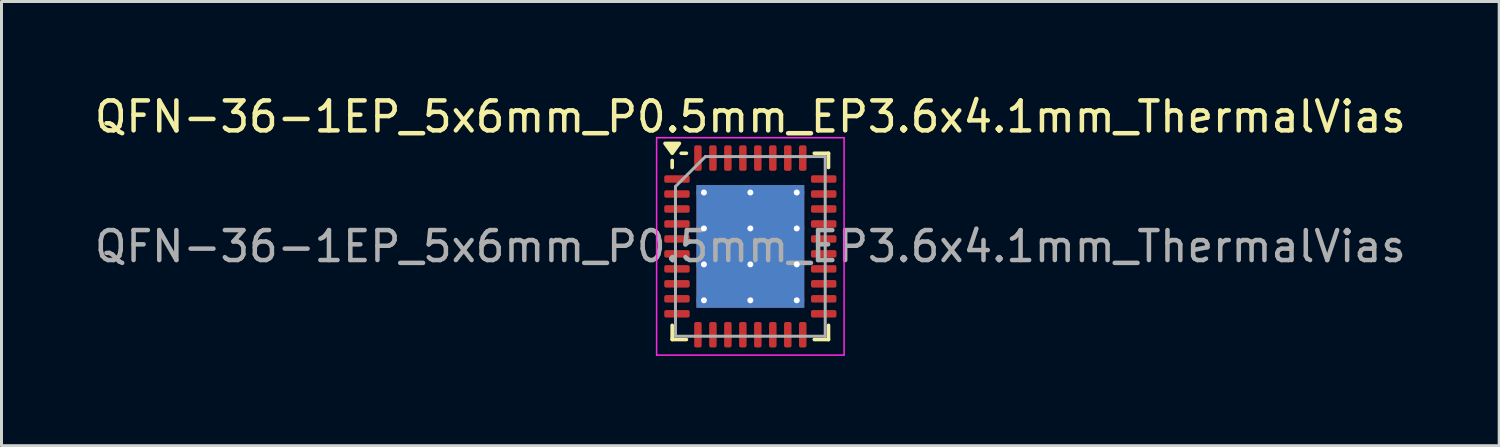
<source format=kicad_pcb>
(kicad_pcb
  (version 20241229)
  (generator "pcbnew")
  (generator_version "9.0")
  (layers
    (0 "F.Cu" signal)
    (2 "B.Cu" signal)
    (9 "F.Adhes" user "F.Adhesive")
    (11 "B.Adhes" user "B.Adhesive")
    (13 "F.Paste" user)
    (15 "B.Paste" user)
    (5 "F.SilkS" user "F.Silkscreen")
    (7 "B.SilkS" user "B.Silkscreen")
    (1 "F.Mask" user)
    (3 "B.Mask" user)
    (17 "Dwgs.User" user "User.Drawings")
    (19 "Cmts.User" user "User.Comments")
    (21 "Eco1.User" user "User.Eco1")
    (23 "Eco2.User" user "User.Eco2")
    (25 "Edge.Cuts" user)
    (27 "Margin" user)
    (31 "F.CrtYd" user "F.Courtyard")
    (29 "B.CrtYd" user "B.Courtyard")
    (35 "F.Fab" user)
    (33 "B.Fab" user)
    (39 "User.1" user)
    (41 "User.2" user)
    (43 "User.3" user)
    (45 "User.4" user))
  (footprint "QFN-36-1EP_5x6mm_P0.5mm_EP3.6x4.1mm_ThermalVias"
    (layer "F.Cu")
    (at 22.006 5.178)
    (property "Reference" "QFN-36-1EP_5x6mm_P0.5mm_EP3.6x4.1mm_ThermalVias" (at 0 -4.33 0) (layer "F.SilkS") (effects (font (size 1 1) (thickness 0.15))))
    (attr smd)
    (fp_line (start -2.61 -2.635) (end -2.61 -2.87) (stroke (width 0.12) (type solid)) (layer "F.SilkS"))
    (fp_line (start -2.61 3.11) (end -2.61 2.635) (stroke (width 0.12) (type solid)) (layer "F.SilkS"))
    (fp_line (start -2.135 -3.11) (end -2.31 -3.11) (stroke (width 0.12) (type solid)) (layer "F.SilkS"))
    (fp_line (start -2.135 3.11) (end -2.61 3.11) (stroke (width 0.12) (type solid)) (layer "F.SilkS"))
    (fp_line (start 2.135 -3.11) (end 2.61 -3.11) (stroke (width 0.12) (type solid)) (layer "F.SilkS"))
    (fp_line (start 2.135 3.11) (end 2.61 3.11) (stroke (width 0.12) (type solid)) (layer "F.SilkS"))
    (fp_line (start 2.61 -3.11) (end 2.61 -2.635) (stroke (width 0.12) (type solid)) (layer "F.SilkS"))
    (fp_line (start 2.61 3.11) (end 2.61 2.635) (stroke (width 0.12) (type solid)) (layer "F.SilkS"))
    (fp_poly (pts (xy -2.61 -3.11) (xy -2.85 -3.44) (xy -2.37 -3.44) (xy -2.61 -3.11)) (stroke (width 0.12) (type solid)) (fill yes) (layer "F.SilkS"))
    (fp_line (start -3.13 -3.63) (end -3.13 3.63) (stroke (width 0.05) (type solid)) (layer "F.CrtYd"))
    (fp_line (start -3.13 3.63) (end 3.13 3.63) (stroke (width 0.05) (type solid)) (layer "F.CrtYd"))
    (fp_line (start 3.13 -3.63) (end -3.13 -3.63) (stroke (width 0.05) (type solid)) (layer "F.CrtYd"))
    (fp_line (start 3.13 3.63) (end 3.13 -3.63) (stroke (width 0.05) (type solid)) (layer "F.CrtYd"))
    (fp_line (start -2.5 -2) (end -1.5 -3) (stroke (width 0.1) (type solid)) (layer "F.Fab"))
    (fp_line (start -2.5 3) (end -2.5 -2) (stroke (width 0.1) (type solid)) (layer "F.Fab"))
    (fp_line (start -1.5 -3) (end 2.5 -3) (stroke (width 0.1) (type solid)) (layer "F.Fab"))
    (fp_line (start 2.5 -3) (end 2.5 3) (stroke (width 0.1) (type solid)) (layer "F.Fab"))
    (fp_line (start 2.5 3) (end -2.5 3) (stroke (width 0.1) (type solid)) (layer "F.Fab"))
    (fp_text user "${REFERENCE}" (at 0 0 0) (layer "F.Fab") (effects (font (size 1 1) (thickness 0.15))))
    (pad "" smd roundrect (at -0.775 -1.2) (size 1.394 1.059) (layers "F.Paste") (roundrect_rratio 0.236))
    (pad "" smd roundrect (at -0.775 0) (size 1.394 1.059) (layers "F.Paste") (roundrect_rratio 0.236))
    (pad "" smd roundrect (at -0.775 1.2) (size 1.394 1.059) (layers "F.Paste") (roundrect_rratio 0.236))
    (pad "" smd roundrect (at 0.775 -1.2) (size 1.394 1.059) (layers "F.Paste") (roundrect_rratio 0.236))
    (pad "" smd roundrect (at 0.775 0) (size 1.394 1.059) (layers "F.Paste") (roundrect_rratio 0.236))
    (pad "" smd roundrect (at 0.775 1.2) (size 1.394 1.059) (layers "F.Paste") (roundrect_rratio 0.236))
    (pad "1" smd roundrect (at -2.45 -2.25) (size 0.85 0.25) (layers "F.Cu" "F.Mask" "F.Paste") (roundrect_rratio 0.25))
    (pad "2" smd roundrect (at -2.45 -1.75) (size 0.85 0.25) (layers "F.Cu" "F.Mask" "F.Paste") (roundrect_rratio 0.25))
    (pad "3" smd roundrect (at -2.45 -1.25) (size 0.85 0.25) (layers "F.Cu" "F.Mask" "F.Paste") (roundrect_rratio 0.25))
    (pad "4" smd roundrect (at -2.45 -0.75) (size 0.85 0.25) (layers "F.Cu" "F.Mask" "F.Paste") (roundrect_rratio 0.25))
    (pad "5" smd roundrect (at -2.45 -0.25) (size 0.85 0.25) (layers "F.Cu" "F.Mask" "F.Paste") (roundrect_rratio 0.25))
    (pad "6" smd roundrect (at -2.45 0.25) (size 0.85 0.25) (layers "F.Cu" "F.Mask" "F.Paste") (roundrect_rratio 0.25))
    (pad "7" smd roundrect (at -2.45 0.75) (size 0.85 0.25) (layers "F.Cu" "F.Mask" "F.Paste") (roundrect_rratio 0.25))
    (pad "8" smd roundrect (at -2.45 1.25) (size 0.85 0.25) (layers "F.Cu" "F.Mask" "F.Paste") (roundrect_rratio 0.25))
    (pad "9" smd roundrect (at -2.45 1.75) (size 0.85 0.25) (layers "F.Cu" "F.Mask" "F.Paste") (roundrect_rratio 0.25))
    (pad "10" smd roundrect (at -2.45 2.25) (size 0.85 0.25) (layers "F.Cu" "F.Mask" "F.Paste") (roundrect_rratio 0.25))
    (pad "11" smd roundrect (at -1.75 2.95) (size 0.25 0.85) (layers "F.Cu" "F.Mask" "F.Paste") (roundrect_rratio 0.25))
    (pad "12" smd roundrect (at -1.25 2.95) (size 0.25 0.85) (layers "F.Cu" "F.Mask" "F.Paste") (roundrect_rratio 0.25))
    (pad "13" smd roundrect (at -0.75 2.95) (size 0.25 0.85) (layers "F.Cu" "F.Mask" "F.Paste") (roundrect_rratio 0.25))
    (pad "14" smd roundrect (at -0.25 2.95) (size 0.25 0.85) (layers "F.Cu" "F.Mask" "F.Paste") (roundrect_rratio 0.25))
    (pad "15" smd roundrect (at 0.25 2.95) (size 0.25 0.85) (layers "F.Cu" "F.Mask" "F.Paste") (roundrect_rratio 0.25))
    (pad "16" smd roundrect (at 0.75 2.95) (size 0.25 0.85) (layers "F.Cu" "F.Mask" "F.Paste") (roundrect_rratio 0.25))
    (pad "17" smd roundrect (at 1.25 2.95) (size 0.25 0.85) (layers "F.Cu" "F.Mask" "F.Paste") (roundrect_rratio 0.25))
    (pad "18" smd roundrect (at 1.75 2.95) (size 0.25 0.85) (layers "F.Cu" "F.Mask" "F.Paste") (roundrect_rratio 0.25))
    (pad "19" smd roundrect (at 2.45 2.25) (size 0.85 0.25) (layers "F.Cu" "F.Mask" "F.Paste") (roundrect_rratio 0.25))
    (pad "20" smd roundrect (at 2.45 1.75) (size 0.85 0.25) (layers "F.Cu" "F.Mask" "F.Paste") (roundrect_rratio 0.25))
    (pad "21" smd roundrect (at 2.45 1.25) (size 0.85 0.25) (layers "F.Cu" "F.Mask" "F.Paste") (roundrect_rratio 0.25))
    (pad "22" smd roundrect (at 2.45 0.75) (size 0.85 0.25) (layers "F.Cu" "F.Mask" "F.Paste") (roundrect_rratio 0.25))
    (pad "23" smd roundrect (at 2.45 0.25) (size 0.85 0.25) (layers "F.Cu" "F.Mask" "F.Paste") (roundrect_rratio 0.25))
    (pad "24" smd roundrect (at 2.45 -0.25) (size 0.85 0.25) (layers "F.Cu" "F.Mask" "F.Paste") (roundrect_rratio 0.25))
    (pad "25" smd roundrect (at 2.45 -0.75) (size 0.85 0.25) (layers "F.Cu" "F.Mask" "F.Paste") (roundrect_rratio 0.25))
    (pad "26" smd roundrect (at 2.45 -1.25) (size 0.85 0.25) (layers "F.Cu" "F.Mask" "F.Paste") (roundrect_rratio 0.25))
    (pad "27" smd roundrect (at 2.45 -1.75) (size 0.85 0.25) (layers "F.Cu" "F.Mask" "F.Paste") (roundrect_rratio 0.25))
    (pad "28" smd roundrect (at 2.45 -2.25) (size 0.85 0.25) (layers "F.Cu" "F.Mask" "F.Paste") (roundrect_rratio 0.25))
    (pad "29" smd roundrect (at 1.75 -2.95) (size 0.25 0.85) (layers "F.Cu" "F.Mask" "F.Paste") (roundrect_rratio 0.25))
    (pad "30" smd roundrect (at 1.25 -2.95) (size 0.25 0.85) (layers "F.Cu" "F.Mask" "F.Paste") (roundrect_rratio 0.25))
    (pad "31" smd roundrect (at 0.75 -2.95) (size 0.25 0.85) (layers "F.Cu" "F.Mask" "F.Paste") (roundrect_rratio 0.25))
    (pad "32" smd roundrect (at 0.25 -2.95) (size 0.25 0.85) (layers "F.Cu" "F.Mask" "F.Paste") (roundrect_rratio 0.25))
    (pad "33" smd roundrect (at -0.25 -2.95) (size 0.25 0.85) (layers "F.Cu" "F.Mask" "F.Paste") (roundrect_rratio 0.25))
    (pad "34" smd roundrect (at -0.75 -2.95) (size 0.25 0.85) (layers "F.Cu" "F.Mask" "F.Paste") (roundrect_rratio 0.25))
    (pad "35" smd roundrect (at -1.25 -2.95) (size 0.25 0.85) (layers "F.Cu" "F.Mask" "F.Paste") (roundrect_rratio 0.25))
    (pad "36" smd roundrect (at -1.75 -2.95) (size 0.25 0.85) (layers "F.Cu" "F.Mask" "F.Paste") (roundrect_rratio 0.25))
    (pad "37" thru_hole circle (at -1.55 -1.8) (size 0.5 0.5) (drill 0.2) (property pad_prop_heatsink) (layers "*.Cu"))
    (pad "37" thru_hole circle (at -1.55 -0.6) (size 0.5 0.5) (drill 0.2) (property pad_prop_heatsink) (layers "*.Cu"))
    (pad "37" thru_hole circle (at -1.55 0.6) (size 0.5 0.5) (drill 0.2) (property pad_prop_heatsink) (layers "*.Cu"))
    (pad "37" thru_hole circle (at -1.55 1.8) (size 0.5 0.5) (drill 0.2) (property pad_prop_heatsink) (layers "*.Cu"))
    (pad "37" thru_hole circle (at 0 -1.8) (size 0.5 0.5) (drill 0.2) (property pad_prop_heatsink) (layers "*.Cu"))
    (pad "37" thru_hole circle (at 0 -0.6) (size 0.5 0.5) (drill 0.2) (property pad_prop_heatsink) (layers "*.Cu"))
    (pad "37" smd rect (at 0 0) (size 3.6 4.1) (property pad_prop_heatsink) (layers "F.Cu" "F.Mask"))
    (pad "37" smd rect (at 0 0) (size 3.6 4.1) (property pad_prop_heatsink) (layers "B.Cu"))
    (pad "37" thru_hole circle (at 0 0.6) (size 0.5 0.5) (drill 0.2) (property pad_prop_heatsink) (layers "*.Cu"))
    (pad "37" thru_hole circle (at 0 1.8) (size 0.5 0.5) (drill 0.2) (property pad_prop_heatsink) (layers "*.Cu"))
    (pad "37" thru_hole circle (at 1.55 -1.8) (size 0.5 0.5) (drill 0.2) (property pad_prop_heatsink) (layers "*.Cu"))
    (pad "37" thru_hole circle (at 1.55 -0.6) (size 0.5 0.5) (drill 0.2) (property pad_prop_heatsink) (layers "*.Cu"))
    (pad "37" thru_hole circle (at 1.55 0.6) (size 0.5 0.5) (drill 0.2) (property pad_prop_heatsink) (layers "*.Cu"))
    (pad "37" thru_hole circle (at 1.55 1.8) (size 0.5 0.5) (drill 0.2) (property pad_prop_heatsink) (layers "*.Cu")))
  (gr_rect
    (start -3 -3)
    (end 47.012 11.833)
    (stroke (width 0.1) (type default))
    (fill no)
    (layer "Edge.Cuts")))
</source>
